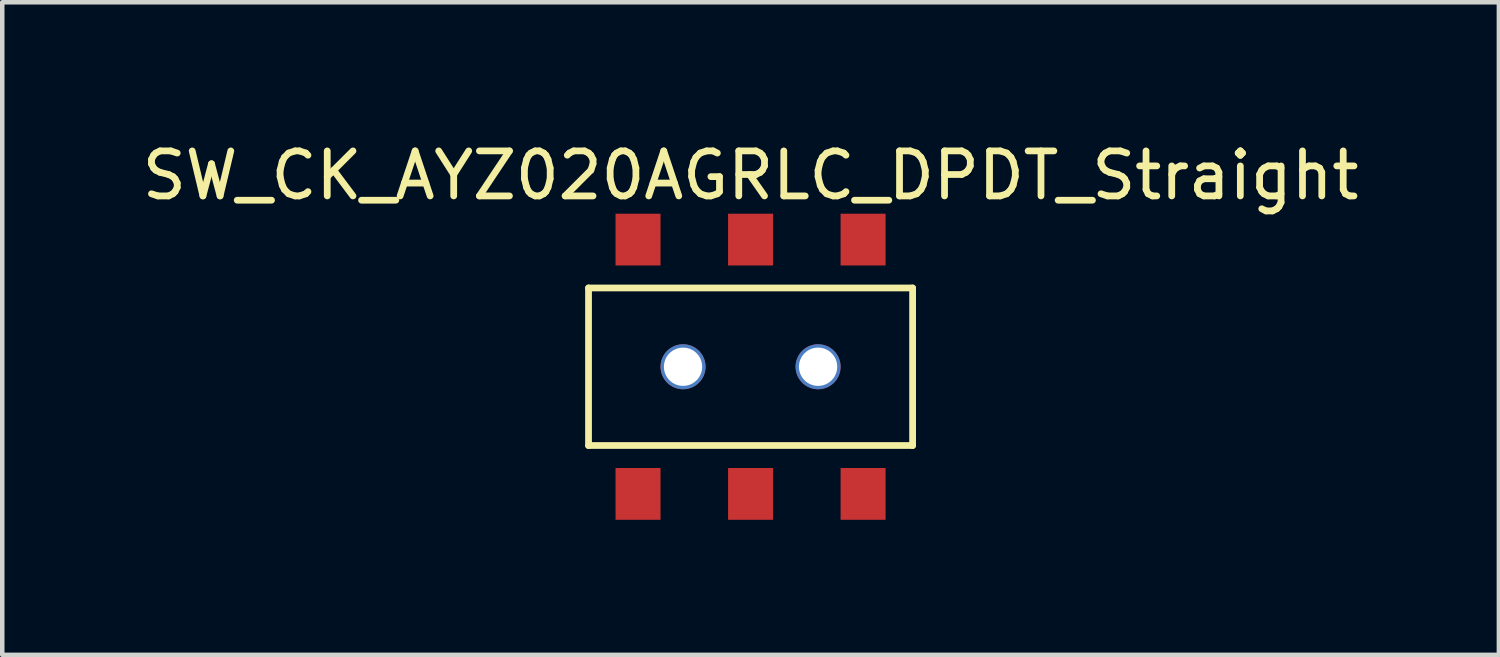
<source format=kicad_pcb>
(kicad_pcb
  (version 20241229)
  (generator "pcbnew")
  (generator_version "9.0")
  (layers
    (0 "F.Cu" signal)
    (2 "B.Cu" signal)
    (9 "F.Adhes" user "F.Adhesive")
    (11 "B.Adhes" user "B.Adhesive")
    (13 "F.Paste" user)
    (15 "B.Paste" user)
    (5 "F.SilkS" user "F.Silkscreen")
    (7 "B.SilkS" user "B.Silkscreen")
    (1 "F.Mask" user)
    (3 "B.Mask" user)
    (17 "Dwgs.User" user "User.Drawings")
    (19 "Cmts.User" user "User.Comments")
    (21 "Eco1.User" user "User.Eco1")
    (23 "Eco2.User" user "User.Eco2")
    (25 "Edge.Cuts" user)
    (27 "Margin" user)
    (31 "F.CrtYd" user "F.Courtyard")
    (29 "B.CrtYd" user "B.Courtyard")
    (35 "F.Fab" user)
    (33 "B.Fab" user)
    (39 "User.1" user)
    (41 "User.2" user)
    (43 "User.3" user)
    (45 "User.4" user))
  (footprint "SW_CK_AYZ020AGRLC_DPDT_Straight"
    (layer "F.Cu")
    (at 13.625 5.098)
    (property "Reference" "SW_CK_AYZ020AGRLC_DPDT_Straight" (at 0 -4.25 0) (layer "F.SilkS") (effects (font (size 1 1) (thickness 0.15))))
    (attr through_hole)
    (fp_line (start -3.6 -1.75) (end 3.6 -1.75) (stroke (width 0.15) (type solid)) (layer "F.SilkS"))
    (fp_line (start -3.6 1.75) (end -3.6 -1.75) (stroke (width 0.15) (type solid)) (layer "F.SilkS"))
    (fp_line (start 3.6 -1.75) (end 3.6 1.75) (stroke (width 0.15) (type solid)) (layer "F.SilkS"))
    (fp_line (start 3.6 1.75) (end -3.6 1.75) (stroke (width 0.15) (type solid)) (layer "F.SilkS"))
    (pad "" np_thru_hole circle (at -1.5 0) (size 1 1) (drill 0.85) (layers "*.Cu" "*.Mask"))
    (pad "" np_thru_hole circle (at 1.5 0) (size 1 1) (drill 0.85) (layers "*.Cu" "*.Mask"))
    (pad "1" smd rect (at -2.5 -2.825) (size 1 1.15) (layers "F.Cu" "F.Mask" "F.Paste"))
    (pad "2" smd rect (at 0 -2.825) (size 1 1.15) (layers "F.Cu" "F.Mask" "F.Paste"))
    (pad "3" smd rect (at 2.5 -2.825) (size 1 1.15) (layers "F.Cu" "F.Mask" "F.Paste"))
    (pad "4" smd rect (at -2.5 2.825) (size 1 1.15) (layers "F.Cu" "F.Mask" "F.Paste"))
    (pad "5" smd rect (at 0 2.825) (size 1 1.15) (layers "F.Cu" "F.Mask" "F.Paste"))
    (pad "6" smd rect (at 2.5 2.825) (size 1 1.15) (layers "F.Cu" "F.Mask" "F.Paste")))
  (gr_rect
    (start -3 -3)
    (end 30.25 11.498)
    (stroke (width 0.1) (type default))
    (fill no)
    (layer "Edge.Cuts")))
</source>
